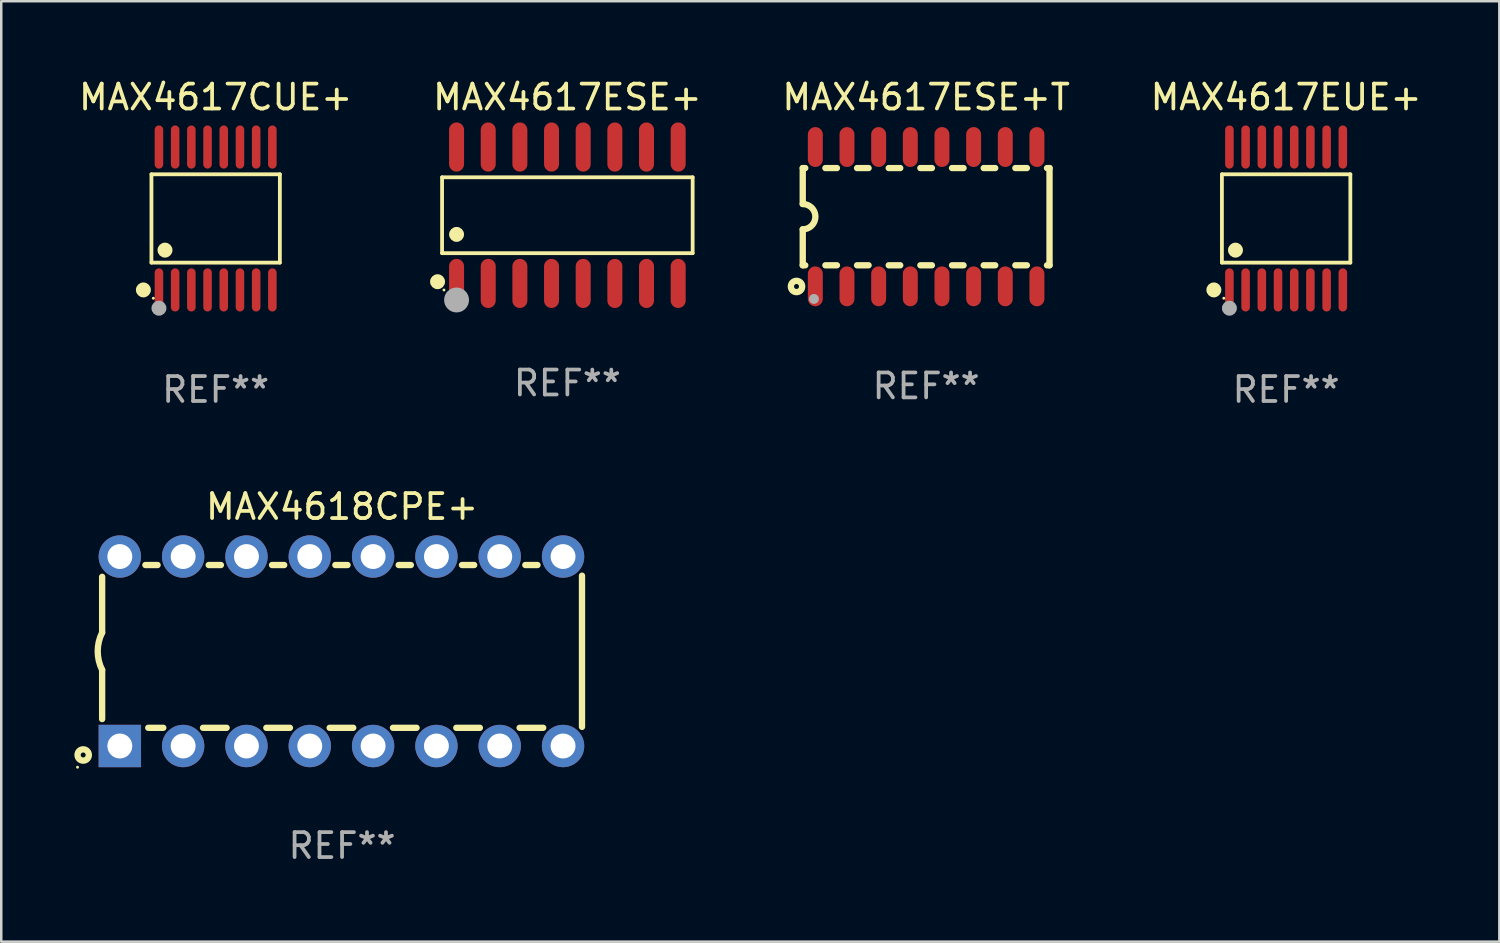
<source format=kicad_pcb>
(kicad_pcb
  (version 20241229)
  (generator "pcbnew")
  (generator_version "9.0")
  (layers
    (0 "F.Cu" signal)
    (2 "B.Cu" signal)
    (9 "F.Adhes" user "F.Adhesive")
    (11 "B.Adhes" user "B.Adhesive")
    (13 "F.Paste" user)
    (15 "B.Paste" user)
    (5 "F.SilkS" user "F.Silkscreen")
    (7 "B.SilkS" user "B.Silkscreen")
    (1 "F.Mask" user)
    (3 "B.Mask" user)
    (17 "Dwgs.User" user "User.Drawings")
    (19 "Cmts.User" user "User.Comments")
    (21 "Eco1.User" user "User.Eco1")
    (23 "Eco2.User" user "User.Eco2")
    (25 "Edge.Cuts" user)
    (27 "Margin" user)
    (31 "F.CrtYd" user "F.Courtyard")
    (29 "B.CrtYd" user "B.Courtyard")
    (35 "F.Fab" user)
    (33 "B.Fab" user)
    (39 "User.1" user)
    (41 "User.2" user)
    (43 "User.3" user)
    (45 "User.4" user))
  (footprint "MAX4617EUE+"
    (layer "F.Cu")
    (at 48.543 5.714)
    (property "Reference" "MAX4617EUE+" (at 0 -4.866 0) (layer "F.SilkS") (effects (font (size 1 1) (thickness 0.15))))
    (attr through_hole)
    (fp_line (start -2.576 -1.772) (end 2.576 -1.772) (stroke (width 0.152) (type solid)) (layer "F.SilkS"))
    (fp_line (start -2.576 1.771) (end -2.576 -1.772) (stroke (width 0.152) (type solid)) (layer "F.SilkS"))
    (fp_line (start 2.576 -1.772) (end 2.576 1.771) (stroke (width 0.152) (type solid)) (layer "F.SilkS"))
    (fp_line (start 2.576 1.771) (end -2.576 1.771) (stroke (width 0.152) (type solid)) (layer "F.SilkS"))
    (fp_circle (center -2.899 2.866) (end -2.749 2.866) (stroke (width 0.3) (type solid)) (fill no) (layer "F.SilkS"))
    (fp_circle (center -2.5 3.2) (end -2.47 3.2) (stroke (width 0.06) (type solid)) (fill no) (layer "F.SilkS"))
    (fp_circle (center -2.032 1.27) (end -1.882 1.27) (stroke (width 0.3) (type solid)) (fill no) (layer "F.SilkS"))
    (fp_circle (center -2.275 3.6) (end -2.125 3.6) (stroke (width 0.3) (type solid)) (fill no) (layer "F.Fab"))
    (fp_text user "REF**" (at 0 6.866 0) (layer "F.Fab") (effects (font (size 1 1) (thickness 0.15))))
    (pad "1" smd oval (at -2.275 2.866) (size 0.343 1.731) (layers "F.Cu" "F.Mask" "F.Paste"))
    (pad "2" smd oval (at -1.625 2.866) (size 0.343 1.731) (layers "F.Cu" "F.Mask" "F.Paste"))
    (pad "3" smd oval (at -0.975 2.866) (size 0.343 1.731) (layers "F.Cu" "F.Mask" "F.Paste"))
    (pad "4" smd oval (at -0.325 2.866) (size 0.343 1.731) (layers "F.Cu" "F.Mask" "F.Paste"))
    (pad "5" smd oval (at 0.325 2.866) (size 0.343 1.731) (layers "F.Cu" "F.Mask" "F.Paste"))
    (pad "6" smd oval (at 0.975 2.866) (size 0.343 1.731) (layers "F.Cu" "F.Mask" "F.Paste"))
    (pad "7" smd oval (at 1.625 2.866) (size 0.343 1.731) (layers "F.Cu" "F.Mask" "F.Paste"))
    (pad "8" smd oval (at 2.275 2.866) (size 0.343 1.731) (layers "F.Cu" "F.Mask" "F.Paste"))
    (pad "9" smd oval (at 2.275 -2.866) (size 0.343 1.731) (layers "F.Cu" "F.Mask" "F.Paste"))
    (pad "10" smd oval (at 1.625 -2.866) (size 0.343 1.731) (layers "F.Cu" "F.Mask" "F.Paste"))
    (pad "11" smd oval (at 0.975 -2.866) (size 0.343 1.731) (layers "F.Cu" "F.Mask" "F.Paste"))
    (pad "12" smd oval (at 0.325 -2.866) (size 0.343 1.731) (layers "F.Cu" "F.Mask" "F.Paste"))
    (pad "13" smd oval (at -0.325 -2.866) (size 0.343 1.731) (layers "F.Cu" "F.Mask" "F.Paste"))
    (pad "14" smd oval (at -0.975 -2.866) (size 0.343 1.731) (layers "F.Cu" "F.Mask" "F.Paste"))
    (pad "15" smd oval (at -1.625 -2.866) (size 0.343 1.731) (layers "F.Cu" "F.Mask" "F.Paste"))
    (pad "16" smd oval (at -2.275 -2.866) (size 0.343 1.731) (layers "F.Cu" "F.Mask" "F.Paste")))
  (footprint "MAX4617ESE+"
    (layer "F.Cu")
    (at 19.71 5.584)
    (property "Reference" "MAX4617ESE+" (at 0 -4.736 0) (layer "F.SilkS") (effects (font (size 1 1) (thickness 0.15))))
    (attr through_hole)
    (fp_line (start -5.026 -1.521) (end 5.026 -1.521) (stroke (width 0.152) (type solid)) (layer "F.SilkS"))
    (fp_line (start -5.026 1.521) (end -5.026 -1.521) (stroke (width 0.152) (type solid)) (layer "F.SilkS"))
    (fp_line (start 5.026 -1.521) (end 5.026 1.521) (stroke (width 0.152) (type solid)) (layer "F.SilkS"))
    (fp_line (start 5.026 1.521) (end -5.026 1.521) (stroke (width 0.152) (type solid)) (layer "F.SilkS"))
    (fp_circle (center -5.207 2.667) (end -5.057 2.667) (stroke (width 0.3) (type solid)) (fill no) (layer "F.SilkS"))
    (fp_circle (center -4.95 3) (end -4.92 3) (stroke (width 0.06) (type solid)) (fill no) (layer "F.SilkS"))
    (fp_circle (center -4.445 0.769) (end -4.295 0.769) (stroke (width 0.3) (type solid)) (fill no) (layer "F.SilkS"))
    (fp_circle (center -4.445 3.4) (end -4.195 3.4) (stroke (width 0.5) (type solid)) (fill no) (layer "F.Fab"))
    (fp_text user "REF**" (at 0 6.736 0) (layer "F.Fab") (effects (font (size 1 1) (thickness 0.15))))
    (pad "1" smd oval (at -4.445 2.736) (size 0.602 1.971) (layers "F.Cu" "F.Mask" "F.Paste"))
    (pad "2" smd oval (at -3.175 2.736) (size 0.602 1.971) (layers "F.Cu" "F.Mask" "F.Paste"))
    (pad "3" smd oval (at -1.905 2.736) (size 0.602 1.971) (layers "F.Cu" "F.Mask" "F.Paste"))
    (pad "4" smd oval (at -0.635 2.736) (size 0.602 1.971) (layers "F.Cu" "F.Mask" "F.Paste"))
    (pad "5" smd oval (at 0.635 2.736) (size 0.602 1.971) (layers "F.Cu" "F.Mask" "F.Paste"))
    (pad "6" smd oval (at 1.905 2.736) (size 0.602 1.971) (layers "F.Cu" "F.Mask" "F.Paste"))
    (pad "7" smd oval (at 3.175 2.736) (size 0.602 1.971) (layers "F.Cu" "F.Mask" "F.Paste"))
    (pad "8" smd oval (at 4.445 2.736) (size 0.602 1.971) (layers "F.Cu" "F.Mask" "F.Paste"))
    (pad "9" smd oval (at 4.445 -2.736) (size 0.602 1.971) (layers "F.Cu" "F.Mask" "F.Paste"))
    (pad "10" smd oval (at 3.175 -2.736) (size 0.602 1.971) (layers "F.Cu" "F.Mask" "F.Paste"))
    (pad "11" smd oval (at 1.905 -2.736) (size 0.602 1.971) (layers "F.Cu" "F.Mask" "F.Paste"))
    (pad "12" smd oval (at 0.635 -2.736) (size 0.602 1.971) (layers "F.Cu" "F.Mask" "F.Paste"))
    (pad "13" smd oval (at -0.635 -2.736) (size 0.602 1.971) (layers "F.Cu" "F.Mask" "F.Paste"))
    (pad "14" smd oval (at -1.905 -2.736) (size 0.602 1.971) (layers "F.Cu" "F.Mask" "F.Paste"))
    (pad "15" smd oval (at -3.175 -2.736) (size 0.602 1.971) (layers "F.Cu" "F.Mask" "F.Paste"))
    (pad "16" smd oval (at -4.445 -2.736) (size 0.602 1.971) (layers "F.Cu" "F.Mask" "F.Paste")))
  (footprint "MAX4617CUE+"
    (layer "F.Cu")
    (at 5.601 5.714)
    (property "Reference" "MAX4617CUE+" (at 0 -4.866 0) (layer "F.SilkS") (effects (font (size 1 1) (thickness 0.15))))
    (attr through_hole)
    (fp_line (start -2.576 -1.772) (end 2.576 -1.772) (stroke (width 0.152) (type solid)) (layer "F.SilkS"))
    (fp_line (start -2.576 1.771) (end -2.576 -1.772) (stroke (width 0.152) (type solid)) (layer "F.SilkS"))
    (fp_line (start 2.576 -1.772) (end 2.576 1.771) (stroke (width 0.152) (type solid)) (layer "F.SilkS"))
    (fp_line (start 2.576 1.771) (end -2.576 1.771) (stroke (width 0.152) (type solid)) (layer "F.SilkS"))
    (fp_circle (center -2.899 2.866) (end -2.749 2.866) (stroke (width 0.3) (type solid)) (fill no) (layer "F.SilkS"))
    (fp_circle (center -2.5 3.2) (end -2.47 3.2) (stroke (width 0.06) (type solid)) (fill no) (layer "F.SilkS"))
    (fp_circle (center -2.032 1.27) (end -1.882 1.27) (stroke (width 0.3) (type solid)) (fill no) (layer "F.SilkS"))
    (fp_circle (center -2.275 3.6) (end -2.125 3.6) (stroke (width 0.3) (type solid)) (fill no) (layer "F.Fab"))
    (fp_text user "REF**" (at 0 6.866 0) (layer "F.Fab") (effects (font (size 1 1) (thickness 0.15))))
    (pad "1" smd oval (at -2.275 2.866) (size 0.343 1.731) (layers "F.Cu" "F.Mask" "F.Paste"))
    (pad "2" smd oval (at -1.625 2.866) (size 0.343 1.731) (layers "F.Cu" "F.Mask" "F.Paste"))
    (pad "3" smd oval (at -0.975 2.866) (size 0.343 1.731) (layers "F.Cu" "F.Mask" "F.Paste"))
    (pad "4" smd oval (at -0.325 2.866) (size 0.343 1.731) (layers "F.Cu" "F.Mask" "F.Paste"))
    (pad "5" smd oval (at 0.325 2.866) (size 0.343 1.731) (layers "F.Cu" "F.Mask" "F.Paste"))
    (pad "6" smd oval (at 0.975 2.866) (size 0.343 1.731) (layers "F.Cu" "F.Mask" "F.Paste"))
    (pad "7" smd oval (at 1.625 2.866) (size 0.343 1.731) (layers "F.Cu" "F.Mask" "F.Paste"))
    (pad "8" smd oval (at 2.275 2.866) (size 0.343 1.731) (layers "F.Cu" "F.Mask" "F.Paste"))
    (pad "9" smd oval (at 2.275 -2.866) (size 0.343 1.731) (layers "F.Cu" "F.Mask" "F.Paste"))
    (pad "10" smd oval (at 1.625 -2.866) (size 0.343 1.731) (layers "F.Cu" "F.Mask" "F.Paste"))
    (pad "11" smd oval (at 0.975 -2.866) (size 0.343 1.731) (layers "F.Cu" "F.Mask" "F.Paste"))
    (pad "12" smd oval (at 0.325 -2.866) (size 0.343 1.731) (layers "F.Cu" "F.Mask" "F.Paste"))
    (pad "13" smd oval (at -0.325 -2.866) (size 0.343 1.731) (layers "F.Cu" "F.Mask" "F.Paste"))
    (pad "14" smd oval (at -0.975 -2.866) (size 0.343 1.731) (layers "F.Cu" "F.Mask" "F.Paste"))
    (pad "15" smd oval (at -1.625 -2.866) (size 0.343 1.731) (layers "F.Cu" "F.Mask" "F.Paste"))
    (pad "16" smd oval (at -2.275 -2.866) (size 0.343 1.731) (layers "F.Cu" "F.Mask" "F.Paste")))
  (footprint "MAX4618CPE+"
    (layer "F.Cu")
    (at 10.672 23.076)
    (property "Reference" "MAX4618CPE+" (at 0 -5.8 0) (layer "F.SilkS") (effects (font (size 1 1) (thickness 0.15))))
    (attr through_hole)
    (fp_line (start -9.625 -0.75) (end -9.625 -2.986) (stroke (width 0.254) (type solid)) (layer "F.SilkS"))
    (fp_line (start -9.625 0.749) (end -9.625 2.719) (stroke (width 0.254) (type solid)) (layer "F.SilkS"))
    (fp_line (start -7.889 -3.46) (end -7.401 -3.46) (stroke (width 0.254) (type solid)) (layer "F.SilkS"))
    (fp_line (start -7.775 3.07) (end -7.172 3.07) (stroke (width 0.254) (type solid)) (layer "F.SilkS"))
    (fp_line (start -5.578 3.07) (end -4.632 3.07) (stroke (width 0.254) (type solid)) (layer "F.SilkS"))
    (fp_line (start -5.349 -3.46) (end -4.861 -3.46) (stroke (width 0.254) (type solid)) (layer "F.SilkS"))
    (fp_line (start -3.038 3.07) (end -2.092 3.07) (stroke (width 0.254) (type solid)) (layer "F.SilkS"))
    (fp_line (start -2.809 -3.46) (end -2.321 -3.46) (stroke (width 0.254) (type solid)) (layer "F.SilkS"))
    (fp_line (start -0.498 3.07) (end 0.448 3.07) (stroke (width 0.254) (type solid)) (layer "F.SilkS"))
    (fp_line (start -0.269 -3.46) (end 0.219 -3.46) (stroke (width 0.254) (type solid)) (layer "F.SilkS"))
    (fp_line (start 2.042 3.07) (end 2.988 3.07) (stroke (width 0.254) (type solid)) (layer "F.SilkS"))
    (fp_line (start 2.271 -3.46) (end 2.759 -3.46) (stroke (width 0.254) (type solid)) (layer "F.SilkS"))
    (fp_line (start 4.582 3.07) (end 5.528 3.07) (stroke (width 0.254) (type solid)) (layer "F.SilkS"))
    (fp_line (start 4.811 -3.46) (end 5.299 -3.46) (stroke (width 0.254) (type solid)) (layer "F.SilkS"))
    (fp_line (start 7.122 3.07) (end 8.068 3.07) (stroke (width 0.254) (type solid)) (layer "F.SilkS"))
    (fp_line (start 7.351 -3.46) (end 7.839 -3.46) (stroke (width 0.254) (type solid)) (layer "F.SilkS"))
    (fp_line (start 9.625 3.032) (end 9.625 -3.032) (stroke (width 0.254) (type solid)) (layer "F.SilkS"))
    (fp_arc (start -9.624993 0.748819) (mid -9.801912 -0.000581) (end -9.625019 -0.749987) (stroke (width 0.254001) (type solid)) (layer "F.SilkS"))
    (fp_circle (center -10.612 4.65) (end -10.582 4.65) (stroke (width 0.06) (type solid)) (fill no) (layer "F.SilkS"))
    (fp_circle (center -10.385 4.16) (end -10.285 4.16) (stroke (width 0.254) (type solid)) (fill no) (layer "F.SilkS"))
    (fp_text user "REF**" (at 0 7.8 0) (layer "F.Fab") (effects (font (size 1 1) (thickness 0.15))))
    (pad "1" thru_hole rect (at -8.915 3.8 90) (size 1.7 1.7) (drill 1) (layers "*.Cu" "*.Mask"))
    (pad "2" thru_hole circle (at -6.375 3.8) (size 1.7 1.7) (drill 1) (layers "*.Cu" "*.Mask"))
    (pad "3" thru_hole circle (at -3.835 3.8) (size 1.7 1.7) (drill 1) (layers "*.Cu" "*.Mask"))
    (pad "4" thru_hole circle (at -1.295 3.8) (size 1.7 1.7) (drill 1) (layers "*.Cu" "*.Mask"))
    (pad "5" thru_hole circle (at 1.245 3.8) (size 1.7 1.7) (drill 1) (layers "*.Cu" "*.Mask"))
    (pad "6" thru_hole circle (at 3.785 3.8) (size 1.7 1.7) (drill 1) (layers "*.Cu" "*.Mask"))
    (pad "7" thru_hole circle (at 6.325 3.8) (size 1.7 1.7) (drill 1) (layers "*.Cu" "*.Mask"))
    (pad "8" thru_hole circle (at 8.865 3.8) (size 1.7 1.7) (drill 1) (layers "*.Cu" "*.Mask"))
    (pad "9" thru_hole circle (at 8.865 -3.8) (size 1.7 1.7) (drill 1) (layers "*.Cu" "*.Mask"))
    (pad "10" thru_hole circle (at 6.325 -3.8) (size 1.7 1.7) (drill 1) (layers "*.Cu" "*.Mask"))
    (pad "11" thru_hole circle (at 3.785 -3.8) (size 1.7 1.7) (drill 1) (layers "*.Cu" "*.Mask"))
    (pad "12" thru_hole circle (at 1.245 -3.8) (size 1.7 1.7) (drill 1) (layers "*.Cu" "*.Mask"))
    (pad "13" thru_hole circle (at -1.295 -3.8) (size 1.7 1.7) (drill 1) (layers "*.Cu" "*.Mask"))
    (pad "14" thru_hole circle (at -3.835 -3.8) (size 1.7 1.7) (drill 1) (layers "*.Cu" "*.Mask"))
    (pad "15" thru_hole circle (at -6.375 -3.8) (size 1.7 1.7) (drill 1) (layers "*.Cu" "*.Mask"))
    (pad "16" thru_hole circle (at -8.915 -3.8) (size 1.7 1.7) (drill 1) (layers "*.Cu" "*.Mask")))
  (footprint "MAX4617ESE+T"
    (layer "F.Cu")
    (at 34.102 5.642)
    (property "Reference" "MAX4617ESE+T" (at 0 -4.794 0) (layer "F.SilkS") (effects (font (size 1 1) (thickness 0.15))))
    (attr through_hole)
    (fp_line (start -4.95 -1.95) (end -4.95 -0.508) (stroke (width 0.254) (type solid)) (layer "F.SilkS"))
    (fp_line (start -4.95 -1.95) (end -4.849 -1.95) (stroke (width 0.254) (type solid)) (layer "F.SilkS"))
    (fp_line (start -4.95 1.95) (end -4.95 0.508) (stroke (width 0.254) (type solid)) (layer "F.SilkS"))
    (fp_line (start -4.95 1.95) (end -4.849 1.95) (stroke (width 0.254) (type solid)) (layer "F.SilkS"))
    (fp_line (start -4.041 -1.95) (end -3.579 -1.95) (stroke (width 0.254) (type solid)) (layer "F.SilkS"))
    (fp_line (start -4.041 1.95) (end -3.579 1.95) (stroke (width 0.254) (type solid)) (layer "F.SilkS"))
    (fp_line (start -2.771 -1.95) (end -2.309 -1.95) (stroke (width 0.254) (type solid)) (layer "F.SilkS"))
    (fp_line (start -2.771 1.95) (end -2.309 1.95) (stroke (width 0.254) (type solid)) (layer "F.SilkS"))
    (fp_line (start -1.501 -1.95) (end -1.039 -1.95) (stroke (width 0.254) (type solid)) (layer "F.SilkS"))
    (fp_line (start -1.501 1.95) (end -1.039 1.95) (stroke (width 0.254) (type solid)) (layer "F.SilkS"))
    (fp_line (start -0.231 -1.95) (end 0.231 -1.95) (stroke (width 0.254) (type solid)) (layer "F.SilkS"))
    (fp_line (start -0.231 1.95) (end 0.231 1.95) (stroke (width 0.254) (type solid)) (layer "F.SilkS"))
    (fp_line (start 1.039 -1.95) (end 1.501 -1.95) (stroke (width 0.254) (type solid)) (layer "F.SilkS"))
    (fp_line (start 1.039 1.95) (end 1.501 1.95) (stroke (width 0.254) (type solid)) (layer "F.SilkS"))
    (fp_line (start 2.309 -1.95) (end 2.771 -1.95) (stroke (width 0.254) (type solid)) (layer "F.SilkS"))
    (fp_line (start 2.309 1.95) (end 2.771 1.95) (stroke (width 0.254) (type solid)) (layer "F.SilkS"))
    (fp_line (start 3.579 -1.95) (end 4.041 -1.95) (stroke (width 0.254) (type solid)) (layer "F.SilkS"))
    (fp_line (start 3.579 1.95) (end 4.041 1.95) (stroke (width 0.254) (type solid)) (layer "F.SilkS"))
    (fp_line (start 4.849 -1.95) (end 4.95 -1.95) (stroke (width 0.254) (type solid)) (layer "F.SilkS"))
    (fp_line (start 4.849 1.95) (end 4.95 1.95) (stroke (width 0.254) (type solid)) (layer "F.SilkS"))
    (fp_line (start 4.95 -1.95) (end 4.95 1.95) (stroke (width 0.254) (type solid)) (layer "F.SilkS"))
    (fp_arc (start -4.95047 -0.508001) (mid -4.442469 -0.000228) (end -4.950013 0.508001) (stroke (width 0.254001) (type solid)) (layer "F.SilkS"))
    (fp_circle (center -5.2 2.8) (end -5.1 2.8) (stroke (width 0.254) (type solid)) (fill no) (layer "F.SilkS"))
    (fp_circle (center -4.95 2.947) (end -4.92 2.947) (stroke (width 0.06) (type solid)) (fill no) (layer "F.SilkS"))
    (fp_circle (center -4.5 3.3) (end -4.4 3.3) (stroke (width 0.2) (type solid)) (fill no) (layer "F.Fab"))
    (fp_text user "REF**" (at 0 6.794 0) (layer "F.Fab") (effects (font (size 1 1) (thickness 0.15))))
    (pad "1" smd oval (at -4.445 2.794) (size 0.6 1.6) (layers "F.Cu" "F.Mask" "F.Paste"))
    (pad "2" smd oval (at -3.175 2.794) (size 0.6 1.6) (layers "F.Cu" "F.Mask" "F.Paste"))
    (pad "3" smd oval (at -1.905 2.794) (size 0.6 1.6) (layers "F.Cu" "F.Mask" "F.Paste"))
    (pad "4" smd oval (at -0.635 2.794) (size 0.6 1.6) (layers "F.Cu" "F.Mask" "F.Paste"))
    (pad "5" smd oval (at 0.635 2.794) (size 0.6 1.6) (layers "F.Cu" "F.Mask" "F.Paste"))
    (pad "6" smd oval (at 1.905 2.794) (size 0.6 1.6) (layers "F.Cu" "F.Mask" "F.Paste"))
    (pad "7" smd oval (at 3.175 2.794) (size 0.6 1.6) (layers "F.Cu" "F.Mask" "F.Paste"))
    (pad "8" smd oval (at 4.445 2.794) (size 0.6 1.6) (layers "F.Cu" "F.Mask" "F.Paste"))
    (pad "9" smd oval (at 4.445 -2.794) (size 0.6 1.6) (layers "F.Cu" "F.Mask" "F.Paste"))
    (pad "10" smd oval (at 3.175 -2.794) (size 0.6 1.6) (layers "F.Cu" "F.Mask" "F.Paste"))
    (pad "11" smd oval (at 1.905 -2.794) (size 0.6 1.6) (layers "F.Cu" "F.Mask" "F.Paste"))
    (pad "12" smd oval (at 0.635 -2.794) (size 0.6 1.6) (layers "F.Cu" "F.Mask" "F.Paste"))
    (pad "13" smd oval (at -0.635 -2.794) (size 0.6 1.6) (layers "F.Cu" "F.Mask" "F.Paste"))
    (pad "14" smd oval (at -1.905 -2.794) (size 0.6 1.6) (layers "F.Cu" "F.Mask" "F.Paste"))
    (pad "15" smd oval (at -3.175 -2.794) (size 0.6 1.6) (layers "F.Cu" "F.Mask" "F.Paste"))
    (pad "16" smd oval (at -4.445 -2.794) (size 0.6 1.6) (layers "F.Cu" "F.Mask" "F.Paste")))
  (gr_rect
    (start -3 -3)
    (end 57.096 34.725)
    (stroke (width 0.1) (type default))
    (fill no)
    (layer "Edge.Cuts")))
</source>
